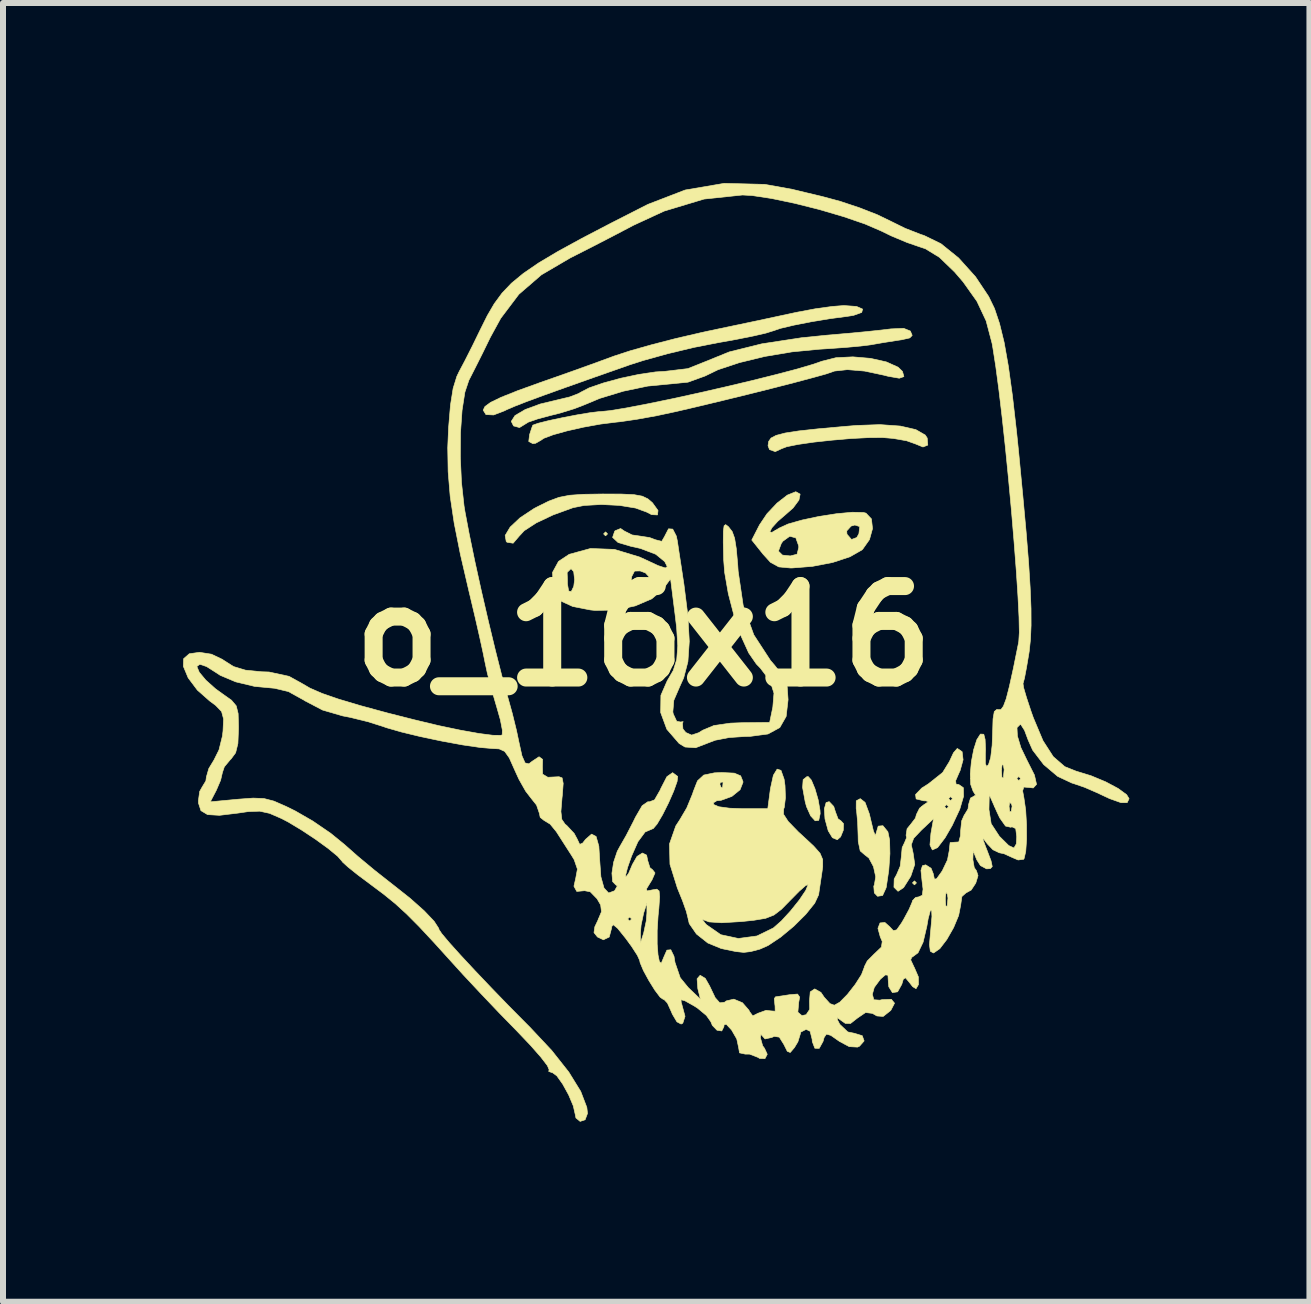
<source format=kicad_pcb>
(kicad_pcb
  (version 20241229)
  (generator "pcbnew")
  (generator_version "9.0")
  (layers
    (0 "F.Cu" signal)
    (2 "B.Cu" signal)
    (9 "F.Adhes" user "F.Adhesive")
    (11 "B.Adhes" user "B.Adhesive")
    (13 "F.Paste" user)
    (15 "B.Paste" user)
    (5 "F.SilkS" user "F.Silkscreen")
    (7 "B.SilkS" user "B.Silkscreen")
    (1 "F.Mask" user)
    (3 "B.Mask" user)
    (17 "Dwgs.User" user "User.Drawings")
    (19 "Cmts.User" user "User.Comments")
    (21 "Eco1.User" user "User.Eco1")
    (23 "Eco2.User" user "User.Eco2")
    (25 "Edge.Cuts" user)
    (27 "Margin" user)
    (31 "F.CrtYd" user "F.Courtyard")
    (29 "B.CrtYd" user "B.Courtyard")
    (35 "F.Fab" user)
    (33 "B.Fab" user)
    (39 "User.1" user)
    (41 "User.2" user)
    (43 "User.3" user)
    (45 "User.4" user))
  (footprint "o_16x16"
    (layer "F.Cu")
    (at 7.675 7.55)
    (property "Reference" "o_16x16" (at 0 0 0) (layer "F.SilkS") (effects (font (size 1.524 1.524) (thickness 0.3))))
    (attr through_hole)
    (fp_poly (pts (xy -0.602 -1.704) (xy -0.635 -1.671) (xy -0.668 -1.704) (xy -0.635 -1.738) (xy -0.602 -1.704)) (stroke (width 0.01) (type solid)) (fill yes) (layer "F.SilkS"))
    (fp_poly (pts (xy 4.545 4.111) (xy 4.512 4.144) (xy 4.478 4.111) (xy 4.512 4.077) (xy 4.545 4.111)) (stroke (width 0.01) (type solid)) (fill yes) (layer "F.SilkS"))
    (fp_poly (pts (xy 2.794 2.398) (xy 2.854 2.542) (xy 2.907 2.725) (xy 2.938 2.902) (xy 2.941 2.958) (xy 2.917 3.069) (xy 2.857 3.076) (xy 2.782 2.994) (xy 2.713 2.84) (xy 2.691 2.758) (xy 2.648 2.522) (xy 2.657 2.39) (xy 2.719 2.341) (xy 2.741 2.339) (xy 2.794 2.398)) (stroke (width 0.01) (type solid)) (fill yes) (layer "F.SilkS"))
    (fp_poly (pts (xy 3.167 2.838) (xy 3.196 2.93) (xy 3.239 3.044) (xy 3.285 3.075) (xy 3.33 3.124) (xy 3.326 3.234) (xy 3.281 3.344) (xy 3.226 3.392) (xy 3.145 3.358) (xy 3.075 3.243) (xy 3.021 3.046) (xy 3.01 2.877) (xy 3.04 2.772) (xy 3.091 2.757) (xy 3.167 2.838)) (stroke (width 0.01) (type solid)) (fill yes) (layer "F.SilkS"))
    (fp_poly (pts (xy 4.276 -3.501) (xy 4.534 -3.442) (xy 4.692 -3.351) (xy 4.724 -3.302) (xy 4.734 -3.184) (xy 4.654 -3.152) (xy 4.527 -3.204) (xy 4.381 -3.256) (xy 4.159 -3.295) (xy 3.979 -3.31) (xy 3.742 -3.308) (xy 3.451 -3.293) (xy 3.139 -3.266) (xy 2.835 -3.233) (xy 2.573 -3.195) (xy 2.384 -3.157) (xy 2.3 -3.125) (xy 2.192 -3.075) (xy 2.097 -3.109) (xy 2.072 -3.173) (xy 2.082 -3.244) (xy 2.122 -3.301) (xy 2.208 -3.346) (xy 2.357 -3.385) (xy 2.584 -3.42) (xy 2.907 -3.455) (xy 3.34 -3.494) (xy 3.543 -3.511) (xy 3.938 -3.525) (xy 4.276 -3.501)) (stroke (width 0.01) (type solid)) (fill yes) (layer "F.SilkS"))
    (fp_poly (pts (xy -0.372 -2.368) (xy -0.161 -2.358) (xy -0.024 -2.333) (xy 0.07 -2.288) (xy 0.145 -2.224) (xy 0.239 -2.094) (xy 0.23 -2.02) (xy 0.132 -2.025) (xy 0.051 -2.067) (xy -0.135 -2.135) (xy -0.404 -2.179) (xy -0.706 -2.194) (xy -0.992 -2.178) (xy -1.177 -2.141) (xy -1.51 -2.02) (xy -1.791 -1.887) (xy -1.991 -1.757) (xy -2.076 -1.665) (xy -2.175 -1.549) (xy -2.276 -1.565) (xy -2.29 -1.577) (xy -2.308 -1.678) (xy -2.225 -1.817) (xy -2.059 -1.973) (xy -1.828 -2.126) (xy -1.777 -2.153) (xy -1.579 -2.251) (xy -1.412 -2.313) (xy -1.234 -2.348) (xy -1.005 -2.364) (xy -0.687 -2.369) (xy -0.372 -2.368)) (stroke (width 0.01) (type solid)) (fill yes) (layer "F.SilkS"))
    (fp_poly (pts (xy 3.689 2.77) (xy 3.76 2.961) (xy 3.787 3.075) (xy 3.828 3.245) (xy 3.859 3.32) (xy 3.87 3.292) (xy 3.908 3.165) (xy 3.986 3.158) (xy 4.069 3.259) (xy 4.098 3.397) (xy 4.103 3.624) (xy 4.084 3.898) (xy 4.043 4.176) (xy 4.039 4.194) (xy 3.981 4.321) (xy 3.897 4.334) (xy 3.843 4.278) (xy 3.834 4.165) (xy 3.844 4.143) (xy 3.866 4.009) (xy 3.829 3.84) (xy 3.752 3.696) (xy 3.687 3.646) (xy 3.608 3.578) (xy 3.575 3.421) (xy 3.573 3.326) (xy 3.565 3.102) (xy 3.547 2.907) (xy 3.541 2.874) (xy 3.542 2.743) (xy 3.609 2.707) (xy 3.689 2.77)) (stroke (width 0.01) (type solid)) (fill yes) (layer "F.SilkS"))
    (fp_poly (pts (xy 3.547 -5.494) (xy 3.648 -5.45) (xy 3.633 -5.394) (xy 3.496 -5.345) (xy 3.395 -5.329) (xy 3.101 -5.29) (xy 2.793 -5.239) (xy 2.507 -5.183) (xy 2.279 -5.129) (xy 2.147 -5.084) (xy 2.145 -5.084) (xy 2.04 -5.051) (xy 1.833 -5.003) (xy 1.554 -4.947) (xy 1.237 -4.89) (xy 0.835 -4.811) (xy 0.397 -4.706) (xy -0.013 -4.592) (xy -0.234 -4.521) (xy -0.826 -4.313) (xy -1.303 -4.144) (xy -1.676 -4.01) (xy -1.955 -3.907) (xy -2.152 -3.83) (xy -2.278 -3.776) (xy -2.318 -3.756) (xy -2.5 -3.686) (xy -2.628 -3.692) (xy -2.674 -3.766) (xy -2.645 -3.826) (xy -2.551 -3.895) (xy -2.376 -3.98) (xy -2.106 -4.088) (xy -1.727 -4.225) (xy -1.604 -4.268) (xy -1.255 -4.391) (xy -0.867 -4.53) (xy -0.52 -4.657) (xy -0.493 -4.667) (xy -0.227 -4.754) (xy 0.13 -4.855) (xy 0.536 -4.96) (xy 0.95 -5.056) (xy 1.077 -5.084) (xy 1.477 -5.168) (xy 1.872 -5.251) (xy 2.226 -5.327) (xy 2.5 -5.386) (xy 2.573 -5.401) (xy 2.86 -5.455) (xy 3.142 -5.494) (xy 3.336 -5.509) (xy 3.547 -5.494)) (stroke (width 0.01) (type solid)) (fill yes) (layer "F.SilkS"))
    (fp_poly (pts (xy 3.779 -4.629) (xy 4.043 -4.57) (xy 4.239 -4.482) (xy 4.312 -4.411) (xy 4.336 -4.325) (xy 4.259 -4.298) (xy 4.071 -4.331) (xy 4.001 -4.349) (xy 3.682 -4.417) (xy 3.395 -4.441) (xy 3.181 -4.418) (xy 3.136 -4.402) (xy 3.032 -4.367) (xy 2.819 -4.308) (xy 2.519 -4.228) (xy 2.153 -4.134) (xy 1.742 -4.031) (xy 1.309 -3.925) (xy 0.875 -3.821) (xy 0.541 -3.743) (xy 0.214 -3.673) (xy -0.113 -3.614) (xy -0.385 -3.574) (xy -0.462 -3.566) (xy -0.718 -3.534) (xy -1.001 -3.483) (xy -1.275 -3.421) (xy -1.508 -3.356) (xy -1.665 -3.297) (xy -1.711 -3.265) (xy -1.801 -3.214) (xy -1.847 -3.208) (xy -1.915 -3.244) (xy -1.901 -3.359) (xy -1.862 -3.478) (xy -1.847 -3.516) (xy -1.76 -3.547) (xy -1.581 -3.592) (xy -1.35 -3.641) (xy -1.106 -3.688) (xy -0.89 -3.724) (xy -0.74 -3.742) (xy -0.722 -3.742) (xy -0.56 -3.758) (xy -0.293 -3.802) (xy 0.056 -3.869) (xy 0.465 -3.953) (xy 0.908 -4.05) (xy 1.363 -4.154) (xy 1.806 -4.259) (xy 2.214 -4.361) (xy 2.563 -4.453) (xy 2.83 -4.532) (xy 2.97 -4.581) (xy 3.204 -4.64) (xy 3.486 -4.654) (xy 3.779 -4.629)) (stroke (width 0.01) (type solid)) (fill yes) (layer "F.SilkS"))
    (fp_poly (pts (xy 4.442 -5.085) (xy 4.444 -5.082) (xy 4.474 -5.012) (xy 4.434 -4.97) (xy 4.299 -4.939) (xy 4.211 -4.926) (xy 3.983 -4.89) (xy 3.777 -4.854) (xy 3.622 -4.835) (xy 3.376 -4.812) (xy 3.08 -4.791) (xy 2.923 -4.781) (xy 2.47 -4.737) (xy 2.013 -4.66) (xy 1.591 -4.557) (xy 1.237 -4.439) (xy 1.025 -4.336) (xy 0.738 -4.232) (xy 0.423 -4.201) (xy 0.068 -4.167) (xy -0.338 -4.082) (xy -0.73 -3.963) (xy -0.984 -3.857) (xy -1.154 -3.791) (xy -1.391 -3.718) (xy -1.557 -3.676) (xy -1.77 -3.619) (xy -1.925 -3.565) (xy -1.979 -3.531) (xy -2.069 -3.476) (xy -2.168 -3.503) (xy -2.206 -3.579) (xy -2.144 -3.676) (xy -1.974 -3.776) (xy -1.722 -3.869) (xy -1.433 -3.938) (xy -1.233 -3.986) (xy -1.084 -4.043) (xy -1.053 -4.062) (xy -0.909 -4.137) (xy -0.671 -4.219) (xy -0.381 -4.298) (xy -0.079 -4.362) (xy 0.197 -4.403) (xy 0.348 -4.412) (xy 0.736 -4.458) (xy 1.009 -4.567) (xy 1.425 -4.736) (xy 1.968 -4.871) (xy 2.634 -4.973) (xy 3.041 -5.014) (xy 3.385 -5.044) (xy 3.708 -5.074) (xy 3.97 -5.102) (xy 4.12 -5.12) (xy 4.333 -5.129) (xy 4.442 -5.085)) (stroke (width 0.01) (type solid)) (fill yes) (layer "F.SilkS"))
    (fp_poly (pts (xy 2.607 -2.367) (xy 2.587 -2.268) (xy 2.49 -2.137) (xy 2.379 -2.039) (xy 2.233 -1.913) (xy 2.137 -1.807) (xy 2.101 -1.739) (xy 2.136 -1.729) (xy 2.179 -1.754) (xy 3.383 -1.754) (xy 3.387 -1.699) (xy 3.463 -1.611) (xy 3.551 -1.644) (xy 3.586 -1.707) (xy 3.6 -1.826) (xy 3.518 -1.852) (xy 3.456 -1.834) (xy 3.383 -1.754) (xy 2.179 -1.754) (xy 2.251 -1.796) (xy 2.258 -1.801) (xy 2.406 -1.869) (xy 2.642 -1.936) (xy 2.926 -1.996) (xy 3.217 -2.041) (xy 3.476 -2.065) (xy 3.661 -2.061) (xy 3.704 -2.05) (xy 3.795 -1.954) (xy 3.813 -1.792) (xy 3.762 -1.609) (xy 3.649 -1.449) (xy 3.635 -1.436) (xy 3.437 -1.323) (xy 3.148 -1.228) (xy 2.81 -1.163) (xy 2.465 -1.136) (xy 2.445 -1.136) (xy 2.252 -1.154) (xy 2.113 -1.23) (xy 1.987 -1.369) (xy 1.949 -1.417) (xy 2.245 -1.417) (xy 2.312 -1.351) (xy 2.444 -1.337) (xy 2.556 -1.366) (xy 2.584 -1.479) (xy 2.583 -1.504) (xy 2.535 -1.638) (xy 2.434 -1.665) (xy 2.319 -1.582) (xy 2.293 -1.545) (xy 2.245 -1.417) (xy 1.949 -1.417) (xy 1.801 -1.602) (xy 1.93 -1.854) (xy 2.055 -2.04) (xy 2.222 -2.217) (xy 2.393 -2.35) (xy 2.531 -2.406) (xy 2.537 -2.406) (xy 2.607 -2.367)) (stroke (width 0.01) (type solid)) (fill yes) (layer "F.SilkS"))
    (fp_poly (pts (xy 5.306 1.925) (xy 5.322 2.06) (xy 5.273 2.238) (xy 5.258 2.27) (xy 5.198 2.408) (xy 5.205 2.465) (xy 5.252 2.473) (xy 5.327 2.525) (xy 5.33 2.668) (xy 5.267 2.883) (xy 5.141 3.153) (xy 5.022 3.359) (xy 4.897 3.523) (xy 4.81 3.562) (xy 4.77 3.479) (xy 4.786 3.287) (xy 4.83 3.041) (xy 4.627 3.232) (xy 4.499 3.367) (xy 4.459 3.475) (xy 4.488 3.608) (xy 4.489 3.611) (xy 4.517 3.803) (xy 4.45 4.001) (xy 4.331 4.189) (xy 4.238 4.251) (xy 4.171 4.184) (xy 4.17 4.181) (xy 4.174 4.046) (xy 4.214 3.974) (xy 4.274 3.834) (xy 4.293 3.675) (xy 4.307 3.522) (xy 4.346 3.441) (xy 4.381 3.357) (xy 4.372 3.317) (xy 4.389 3.208) (xy 4.442 3.144) (xy 4.528 3.032) (xy 4.545 2.97) (xy 4.597 2.866) (xy 4.628 2.841) (xy 5.013 2.841) (xy 5.047 2.874) (xy 5.08 2.841) (xy 5.047 2.807) (xy 5.013 2.841) (xy 4.628 2.841) (xy 4.662 2.813) (xy 4.742 2.759) (xy 4.704 2.744) (xy 4.666 2.743) (xy 4.54 2.712) (xy 4.539 2.707) (xy 5.08 2.707) (xy 5.113 2.741) (xy 5.147 2.707) (xy 5.113 2.674) (xy 5.08 2.707) (xy 4.539 2.707) (xy 4.53 2.638) (xy 4.633 2.531) (xy 4.745 2.46) (xy 4.982 2.271) (xy 5.094 2.089) (xy 5.162 1.943) (xy 5.223 1.873) (xy 5.229 1.872) (xy 5.306 1.925)) (stroke (width 0.01) (type solid)) (fill yes) (layer "F.SilkS"))
    (fp_poly (pts (xy 2.288 2.236) (xy 2.34 2.383) (xy 2.355 2.49) (xy 2.362 2.693) (xy 2.343 2.852) (xy 2.332 2.882) (xy 2.33 2.967) (xy 2.408 3.087) (xy 2.578 3.262) (xy 2.645 3.323) (xy 2.832 3.497) (xy 2.939 3.618) (xy 2.983 3.722) (xy 2.983 3.844) (xy 2.968 3.951) (xy 2.939 4.144) (xy 2.919 4.28) (xy 2.916 4.307) (xy 2.85 4.449) (xy 2.701 4.634) (xy 2.502 4.832) (xy 2.282 5.015) (xy 2.073 5.154) (xy 1.938 5.214) (xy 1.784 5.255) (xy 1.668 5.269) (xy 1.537 5.255) (xy 1.338 5.214) (xy 1.289 5.203) (xy 1.068 5.112) (xy 0.879 4.962) (xy 0.759 4.788) (xy 0.743 4.717) (xy 0.973 4.717) (xy 1.026 4.786) (xy 1.045 4.807) (xy 1.285 4.974) (xy 1.578 5.037) (xy 1.888 4.995) (xy 2.162 4.861) (xy 2.295 4.744) (xy 2.448 4.577) (xy 2.593 4.396) (xy 2.7 4.237) (xy 2.741 4.138) (xy 2.699 4.155) (xy 2.592 4.249) (xy 2.448 4.395) (xy 2.295 4.551) (xy 2.171 4.646) (xy 2.032 4.701) (xy 1.834 4.734) (xy 1.631 4.755) (xy 1.3 4.775) (xy 1.089 4.761) (xy 1.005 4.729) (xy 0.973 4.717) (xy 0.743 4.717) (xy 0.735 4.683) (xy 0.711 4.587) (xy 0.647 4.407) (xy 0.561 4.195) (xy 0.438 3.801) (xy 0.43 3.462) (xy 0.535 3.162) (xy 0.602 3.059) (xy 0.718 2.862) (xy 0.814 2.629) (xy 0.826 2.591) (xy 0.872 2.473) (xy 1.27 2.473) (xy 1.294 2.528) (xy 1.315 2.518) (xy 1.323 2.438) (xy 1.315 2.429) (xy 1.275 2.438) (xy 1.27 2.473) (xy 0.872 2.473) (xy 0.897 2.41) (xy 1.001 2.314) (xy 1.179 2.277) (xy 1.303 2.272) (xy 1.51 2.282) (xy 1.616 2.327) (xy 1.654 2.422) (xy 1.655 2.434) (xy 1.606 2.559) (xy 1.469 2.67) (xy 1.289 2.735) (xy 1.219 2.741) (xy 1.161 2.777) (xy 1.17 2.807) (xy 1.253 2.842) (xy 1.43 2.866) (xy 1.639 2.874) (xy 2.068 2.874) (xy 2.112 2.54) (xy 2.161 2.317) (xy 2.224 2.215) (xy 2.288 2.236)) (stroke (width 0.01) (type solid)) (fill yes) (layer "F.SilkS"))
    (fp_poly (pts (xy 1.41 -1.826) (xy 1.416 -1.819) (xy 1.475 -1.743) (xy 1.515 -1.633) (xy 1.543 -1.459) (xy 1.567 -1.191) (xy 1.574 -1.083) (xy 1.658 -0.512) (xy 1.835 -0.022) (xy 2.113 0.405) (xy 2.182 0.485) (xy 2.325 0.669) (xy 2.391 0.841) (xy 2.406 1.058) (xy 2.374 1.337) (xy 2.268 1.523) (xy 2.071 1.63) (xy 1.77 1.67) (xy 1.691 1.671) (xy 1.423 1.689) (xy 1.191 1.734) (xy 1.094 1.771) (xy 0.865 1.859) (xy 0.689 1.847) (xy 0.591 1.788) (xy 0.386 1.551) (xy 0.283 1.272) (xy 0.287 0.985) (xy 0.391 0.746) (xy 0.493 0.571) (xy 0.551 0.388) (xy 0.568 0.161) (xy 0.549 -0.143) (xy 0.523 -0.361) (xy 0.448 -0.956) (xy 0.319 -0.779) (xy 0.134 -0.622) (xy -0.142 -0.504) (xy -0.47 -0.435) (xy -0.81 -0.429) (xy -0.887 -0.437) (xy -1.18 -0.494) (xy -1.367 -0.579) (xy -1.472 -0.707) (xy -1.507 -0.815) (xy -1.518 -1.051) (xy -1.275 -1.051) (xy -1.271 -0.95) (xy -1.27 -0.869) (xy -1.25 -0.752) (xy -1.206 -0.744) (xy -1.199 -0.759) (xy -0.218 -0.759) (xy -0.176 -0.712) (xy -0.121 -0.719) (xy 0.023 -0.795) (xy 0.07 -0.84) (xy 0.114 -0.961) (xy 0.03 -1.054) (xy -0.059 -1.087) (xy -0.152 -1.085) (xy -0.199 -0.994) (xy -0.213 -0.905) (xy -0.218 -0.759) (xy -1.199 -0.759) (xy -1.165 -0.83) (xy -1.151 -0.94) (xy -1.166 -1.075) (xy -1.209 -1.123) (xy -1.213 -1.122) (xy -1.274 -1.064) (xy -1.275 -1.051) (xy -1.518 -1.051) (xy -1.518 -1.064) (xy -1.419 -1.246) (xy -1.241 -1.364) (xy -0.886 -1.461) (xy -0.487 -1.446) (xy -0.069 -1.319) (xy 0.017 -1.28) (xy 0.24 -1.176) (xy 0.361 -1.136) (xy 0.393 -1.159) (xy 0.351 -1.242) (xy 0.35 -1.243) (xy 0.201 -1.365) (xy -0.054 -1.462) (xy -0.215 -1.498) (xy -0.426 -1.56) (xy -0.518 -1.646) (xy -0.483 -1.749) (xy -0.475 -1.757) (xy -0.384 -1.794) (xy -0.321 -1.751) (xy -0.194 -1.687) (xy -0.083 -1.671) (xy 0.099 -1.643) (xy 0.198 -1.606) (xy 0.301 -1.58) (xy 0.353 -1.669) (xy 0.354 -1.673) (xy 0.414 -1.789) (xy 0.484 -1.784) (xy 0.544 -1.668) (xy 0.561 -1.587) (xy 0.587 -1.413) (xy 0.626 -1.159) (xy 0.668 -0.88) (xy 0.67 -0.869) (xy 0.737 -0.337) (xy 0.76 0.087) (xy 0.737 0.425) (xy 0.667 0.694) (xy 0.609 0.822) (xy 0.502 1.069) (xy 0.486 1.262) (xy 0.493 1.296) (xy 0.55 1.418) (xy 0.614 1.43) (xy 0.658 1.424) (xy 0.646 1.453) (xy 0.654 1.546) (xy 0.702 1.605) (xy 0.798 1.648) (xy 0.918 1.608) (xy 0.984 1.567) (xy 1.172 1.488) (xy 1.447 1.449) (xy 1.633 1.442) (xy 2.099 1.437) (xy 2.152 1.182) (xy 2.171 0.95) (xy 2.106 0.746) (xy 1.944 0.532) (xy 1.877 0.463) (xy 1.75 0.279) (xy 1.622 -0.003) (xy 1.505 -0.344) (xy 1.41 -0.71) (xy 1.349 -1.063) (xy 1.333 -1.27) (xy 1.326 -1.566) (xy 1.328 -1.75) (xy 1.34 -1.84) (xy 1.366 -1.859) (xy 1.41 -1.826)) (stroke (width 0.01) (type solid)) (fill yes) (layer "F.SilkS"))
    (fp_poly (pts (xy 2.018 -7.528) (xy 2.473 -7.446) (xy 2.705 -7.39) (xy 2.886 -7.347) (xy 2.974 -7.326) (xy 3.272 -7.246) (xy 3.596 -7.138) (xy 3.893 -7.022) (xy 4.11 -6.917) (xy 4.355 -6.796) (xy 4.619 -6.693) (xy 4.67 -6.677) (xy 4.952 -6.54) (xy 5.247 -6.302) (xy 5.528 -5.99) (xy 5.748 -5.66) (xy 5.845 -5.46) (xy 5.929 -5.21) (xy 6.006 -4.895) (xy 6.076 -4.5) (xy 6.144 -4.009) (xy 6.213 -3.407) (xy 6.247 -3.075) (xy 6.317 -2.343) (xy 6.373 -1.73) (xy 6.414 -1.221) (xy 6.44 -0.803) (xy 6.454 -0.46) (xy 6.455 -0.18) (xy 6.445 0.052) (xy 6.424 0.251) (xy 6.419 0.284) (xy 6.379 0.521) (xy 6.345 0.7) (xy 6.322 0.785) (xy 6.32 0.787) (xy 6.33 0.857) (xy 6.378 1.021) (xy 6.454 1.251) (xy 6.492 1.358) (xy 6.653 1.741) (xy 6.824 2.007) (xy 7.017 2.174) (xy 7.205 2.249) (xy 7.453 2.325) (xy 7.698 2.427) (xy 7.906 2.538) (xy 8.047 2.641) (xy 8.088 2.708) (xy 8.056 2.774) (xy 7.953 2.774) (xy 7.762 2.706) (xy 7.553 2.608) (xy 7.346 2.518) (xy 7.153 2.452) (xy 7.137 2.448) (xy 6.898 2.336) (xy 6.665 2.139) (xy 6.481 1.898) (xy 6.407 1.732) (xy 6.346 1.569) (xy 6.287 1.477) (xy 6.273 1.471) (xy 6.22 1.524) (xy 6.227 1.663) (xy 6.285 1.856) (xy 6.384 2.062) (xy 6.511 2.314) (xy 6.546 2.469) (xy 6.491 2.529) (xy 6.42 2.521) (xy 6.334 2.514) (xy 6.314 2.577) (xy 6.336 2.697) (xy 6.365 2.898) (xy 6.379 3.141) (xy 6.38 3.384) (xy 6.366 3.587) (xy 6.338 3.707) (xy 6.33 3.718) (xy 6.239 3.729) (xy 6.147 3.69) (xy 6.004 3.625) (xy 5.925 3.609) (xy 5.82 3.559) (xy 5.725 3.459) (xy 5.662 3.375) (xy 5.652 3.384) (xy 5.695 3.501) (xy 5.717 3.557) (xy 5.788 3.744) (xy 5.808 3.839) (xy 5.776 3.873) (xy 5.713 3.877) (xy 5.611 3.822) (xy 5.55 3.726) (xy 5.49 3.576) (xy 5.485 3.723) (xy 5.508 3.856) (xy 5.545 3.909) (xy 5.571 3.99) (xy 5.533 4.115) (xy 5.457 4.23) (xy 5.37 4.278) (xy 5.302 4.338) (xy 5.281 4.486) (xy 5.248 4.654) (xy 5.164 4.856) (xy 5.051 5.054) (xy 4.934 5.207) (xy 4.833 5.277) (xy 4.825 5.278) (xy 4.776 5.249) (xy 4.762 5.141) (xy 4.779 4.93) (xy 4.783 4.896) (xy 4.803 4.672) (xy 4.798 4.563) (xy 4.776 4.573) (xy 4.74 4.708) (xy 4.718 4.835) (xy 4.656 5.098) (xy 4.571 5.276) (xy 4.475 5.347) (xy 4.468 5.347) (xy 4.449 5.394) (xy 4.504 5.511) (xy 4.509 5.52) (xy 4.577 5.677) (xy 4.579 5.804) (xy 4.538 5.874) (xy 4.482 5.84) (xy 4.438 5.783) (xy 4.363 5.692) (xy 4.326 5.715) (xy 4.301 5.8) (xy 4.231 5.926) (xy 4.144 5.939) (xy 4.084 5.842) (xy 4.077 5.771) (xy 4.07 5.649) (xy 4.027 5.644) (xy 3.944 5.715) (xy 3.842 5.853) (xy 3.81 5.967) (xy 3.835 6.058) (xy 3.935 6.065) (xy 3.973 6.056) (xy 4.126 6.05) (xy 4.18 6.115) (xy 4.12 6.231) (xy 4.107 6.244) (xy 3.991 6.336) (xy 3.886 6.328) (xy 3.811 6.285) (xy 3.697 6.271) (xy 3.562 6.363) (xy 3.446 6.454) (xy 3.36 6.452) (xy 3.3 6.41) (xy 3.224 6.354) (xy 3.228 6.391) (xy 3.267 6.467) (xy 3.401 6.594) (xy 3.512 6.617) (xy 3.642 6.657) (xy 3.673 6.744) (xy 3.596 6.832) (xy 3.563 6.847) (xy 3.425 6.839) (xy 3.265 6.754) (xy 3.119 6.652) (xy 3.045 6.63) (xy 3.006 6.688) (xy 2.989 6.751) (xy 2.925 6.868) (xy 2.852 6.866) (xy 2.809 6.754) (xy 2.807 6.718) (xy 2.773 6.583) (xy 2.707 6.551) (xy 2.618 6.597) (xy 2.607 6.638) (xy 2.57 6.758) (xy 2.512 6.855) (xy 2.442 6.937) (xy 2.393 6.917) (xy 2.336 6.803) (xy 2.26 6.681) (xy 2.175 6.668) (xy 2.135 6.686) (xy 2.022 6.711) (xy 1.983 6.667) (xy 1.953 6.635) (xy 1.944 6.688) (xy 1.983 6.826) (xy 2.013 6.866) (xy 2.059 6.966) (xy 2.021 7.039) (xy 1.932 7.036) (xy 1.904 7.018) (xy 1.764 6.964) (xy 1.693 6.964) (xy 1.597 6.943) (xy 1.582 6.855) (xy 1.551 6.711) (xy 1.465 6.562) (xy 1.375 6.465) (xy 1.339 6.478) (xy 1.337 6.506) (xy 1.301 6.578) (xy 1.222 6.566) (xy 1.144 6.485) (xy 1.119 6.424) (xy 1.045 6.32) (xy 0.898 6.198) (xy 0.837 6.159) (xy 0.685 6.074) (xy 0.622 6.058) (xy 0.626 6.108) (xy 0.634 6.13) (xy 0.689 6.334) (xy 0.652 6.448) (xy 0.624 6.463) (xy 0.554 6.426) (xy 0.478 6.298) (xy 0.461 6.257) (xy 0.396 6.114) (xy 0.338 6.052) (xy 0.328 6.053) (xy 0.275 6.016) (xy 0.186 5.898) (xy 0.086 5.737) (xy -0.004 5.572) (xy -0.059 5.441) (xy -0.067 5.402) (xy -0.105 5.318) (xy -0.202 5.168) (xy -0.301 5.033) (xy -0.371 4.946) (xy -0.054 4.946) (xy -0.054 5.113) (xy 0 4.946) (xy 0.043 4.745) (xy 0.054 4.612) (xy 0.054 4.445) (xy 0 4.612) (xy -0.043 4.813) (xy -0.054 4.946) (xy -0.371 4.946) (xy -0.433 4.869) (xy -0.506 4.808) (xy -0.533 4.839) (xy -0.535 4.866) (xy -0.574 5.013) (xy -0.671 5.059) (xy -0.77 5.012) (xy -0.828 4.939) (xy -0.814 4.842) (xy -0.765 4.739) (xy -0.754 4.712) (xy -0.267 4.712) (xy -0.234 4.746) (xy -0.201 4.712) (xy -0.234 4.679) (xy -0.267 4.712) (xy -0.754 4.712) (xy -0.703 4.591) (xy -0.717 4.478) (xy -0.777 4.375) (xy -0.89 4.259) (xy -0.985 4.241) (xy -1.115 4.253) (xy -1.162 4.166) (xy -1.132 4.033) (xy -1.104 3.881) (xy -1.158 3.724) (xy -1.202 3.652) (xy -1.331 3.451) (xy -1.453 3.261) (xy -1.454 3.259) (xy -1.558 3.132) (xy -1.651 3.075) (xy -1.654 3.075) (xy -1.724 3.019) (xy -1.738 2.951) (xy -1.785 2.814) (xy -1.868 2.71) (xy -1.966 2.583) (xy -2.079 2.383) (xy -2.148 2.232) (xy -2.239 2.028) (xy -2.316 1.92) (xy -2.408 1.878) (xy -2.517 1.872) (xy -2.721 1.855) (xy -3.015 1.812) (xy -3.359 1.749) (xy -3.712 1.675) (xy -4.035 1.597) (xy -4.289 1.524) (xy -4.345 1.504) (xy -4.596 1.425) (xy -4.888 1.353) (xy -5.013 1.329) (xy -5.35 1.231) (xy -5.65 1.074) (xy -5.659 1.067) (xy -5.919 0.923) (xy -6.154 0.867) (xy -6.16 0.867) (xy -6.481 0.837) (xy -6.798 0.761) (xy -7.056 0.652) (xy -7.137 0.599) (xy -7.283 0.506) (xy -7.397 0.468) (xy -7.445 0.505) (xy -7.405 0.601) (xy -7.295 0.733) (xy -7.134 0.877) (xy -7.015 0.963) (xy -6.868 1.067) (xy -6.789 1.161) (xy -6.757 1.29) (xy -6.751 1.502) (xy -6.751 1.539) (xy -6.761 1.788) (xy -6.799 1.943) (xy -6.875 2.046) (xy -6.885 2.054) (xy -6.987 2.177) (xy -7.019 2.271) (xy -7.049 2.4) (xy -7.12 2.566) (xy -7.12 2.566) (xy -7.221 2.76) (xy -6.751 2.716) (xy -6.507 2.698) (xy -6.327 2.705) (xy -6.161 2.748) (xy -5.956 2.838) (xy -5.804 2.913) (xy -5.514 3.08) (xy -5.217 3.283) (xy -4.986 3.471) (xy -4.761 3.67) (xy -4.483 3.901) (xy -4.209 4.117) (xy -4.178 4.141) (xy -3.891 4.368) (xy -3.656 4.577) (xy -3.491 4.751) (xy -3.414 4.87) (xy -3.411 4.887) (xy -3.365 4.956) (xy -3.24 5.105) (xy -3.051 5.315) (xy -2.812 5.572) (xy -2.54 5.858) (xy -2.25 6.158) (xy -1.956 6.455) (xy -1.897 6.514) (xy -1.533 6.902) (xy -1.247 7.264) (xy -1.049 7.585) (xy -0.947 7.852) (xy -0.936 7.952) (xy -0.976 8.058) (xy -1.059 8.085) (xy -1.129 8.027) (xy -1.14 7.971) (xy -1.173 7.826) (xy -1.25 7.644) (xy -1.349 7.464) (xy -1.447 7.326) (xy -1.524 7.27) (xy -1.53 7.271) (xy -1.583 7.252) (xy -1.575 7.225) (xy -1.604 7.156) (xy -1.712 7.015) (xy -1.883 6.82) (xy -2.1 6.592) (xy -2.121 6.57) (xy -2.409 6.275) (xy -2.719 5.949) (xy -3.009 5.639) (xy -3.175 5.456) (xy -3.49 5.108) (xy -3.74 4.84) (xy -3.948 4.631) (xy -4.137 4.458) (xy -4.33 4.301) (xy -4.548 4.138) (xy -4.557 4.131) (xy -4.766 3.975) (xy -4.928 3.845) (xy -5.017 3.764) (xy -5.025 3.752) (xy -5.099 3.667) (xy -5.257 3.537) (xy -5.468 3.384) (xy -5.699 3.231) (xy -5.92 3.098) (xy -6.033 3.039) (xy -6.233 2.952) (xy -6.398 2.916) (xy -6.59 2.923) (xy -6.761 2.948) (xy -7.068 2.985) (xy -7.267 2.973) (xy -7.377 2.907) (xy -7.418 2.781) (xy -7.419 2.74) (xy -7.398 2.587) (xy -7.353 2.507) (xy -7.295 2.412) (xy -7.286 2.345) (xy -7.246 2.206) (xy -7.16 2.064) (xy -7.076 1.895) (xy -7.019 1.664) (xy -7.009 1.58) (xy -7 1.379) (xy -7.033 1.256) (xy -7.131 1.154) (xy -7.232 1.079) (xy -7.437 0.898) (xy -7.59 0.694) (xy -7.67 0.502) (xy -7.666 0.376) (xy -7.571 0.293) (xy -7.401 0.269) (xy -7.202 0.3) (xy -7.019 0.387) (xy -7.001 0.4) (xy -6.834 0.506) (xy -6.636 0.566) (xy -6.365 0.593) (xy -6.242 0.597) (xy -5.909 0.669) (xy -5.708 0.78) (xy -5.56 0.866) (xy -5.358 0.954) (xy -5.086 1.048) (xy -4.728 1.155) (xy -4.268 1.28) (xy -3.81 1.396) (xy -3.417 1.49) (xy -3.055 1.566) (xy -2.747 1.621) (xy -2.514 1.651) (xy -2.379 1.652) (xy -2.357 1.644) (xy -2.355 1.564) (xy -2.388 1.393) (xy -2.452 1.168) (xy -2.457 1.152) (xy -2.537 0.878) (xy -2.606 0.612) (xy -2.644 0.434) (xy -2.677 0.271) (xy -2.734 0.01) (xy -2.808 -0.314) (xy -2.892 -0.669) (xy -2.911 -0.748) (xy -3.054 -1.364) (xy -3.157 -1.882) (xy -3.224 -2.331) (xy -3.258 -2.74) (xy -3.262 -2.982) (xy -3.055 -2.982) (xy -3.036 -2.564) (xy -2.993 -2.17) (xy -2.977 -2.072) (xy -2.907 -1.702) (xy -2.814 -1.251) (xy -2.705 -0.756) (xy -2.588 -0.25) (xy -2.472 0.232) (xy -2.365 0.654) (xy -2.274 0.983) (xy -2.268 1.003) (xy -2.189 1.288) (xy -2.118 1.577) (xy -2.08 1.758) (xy -2.028 1.994) (xy -1.976 2.112) (xy -1.913 2.127) (xy -1.857 2.084) (xy -1.743 2.009) (xy -1.684 2.053) (xy -1.687 2.172) (xy -1.684 2.299) (xy -1.597 2.351) (xy -1.411 2.342) (xy -1.359 2.361) (xy -1.341 2.453) (xy -1.355 2.645) (xy -1.361 2.698) (xy -1.379 2.921) (xy -1.364 3.053) (xy -1.309 3.133) (xy -1.282 3.154) (xy -1.158 3.287) (xy -1.11 3.376) (xy -1.066 3.469) (xy -1.016 3.447) (xy -0.969 3.386) (xy -0.868 3.298) (xy -0.793 3.337) (xy -0.747 3.499) (xy -0.733 3.73) (xy -0.713 4.009) (xy -0.661 4.196) (xy -0.584 4.279) (xy -0.489 4.244) (xy -0.481 4.236) (xy -0.439 4.161) (xy -0.465 4.144) (xy -0.518 4.089) (xy -0.529 3.949) (xy -0.501 3.767) (xy -0.44 3.585) (xy -0.399 3.509) (xy -0.291 3.32) (xy -0.172 3.089) (xy -0.137 3.017) (xy -0.025 2.824) (xy 0.071 2.758) (xy 0.092 2.761) (xy 0.181 2.728) (xy 0.275 2.564) (xy 0.287 2.535) (xy 0.387 2.341) (xy 0.482 2.274) (xy 0.567 2.337) (xy 0.557 2.422) (xy 0.5 2.582) (xy 0.413 2.78) (xy 0.315 2.975) (xy 0.223 3.131) (xy 0.158 3.207) (xy 0.149 3.209) (xy 0.024 3.263) (xy -0.096 3.425) (xy -0.202 3.665) (xy -0.268 3.853) (xy -0.3 3.979) (xy -0.297 4.011) (xy -0.252 3.955) (xy -0.194 3.819) (xy -0.191 3.81) (xy -0.111 3.67) (xy -0.021 3.613) (xy 0.049 3.648) (xy 0.067 3.738) (xy 0.104 3.857) (xy 0.149 3.893) (xy 0.189 3.945) (xy 0.138 4.062) (xy 0.119 4.092) (xy 0.047 4.21) (xy 0.056 4.245) (xy 0.146 4.227) (xy 0.219 4.215) (xy 0.257 4.245) (xy 0.266 4.342) (xy 0.253 4.533) (xy 0.24 4.661) (xy 0.225 4.906) (xy 0.225 5.13) (xy 0.239 5.31) (xy 0.262 5.424) (xy 0.293 5.45) (xy 0.329 5.364) (xy 0.33 5.36) (xy 0.387 5.231) (xy 0.452 5.225) (xy 0.505 5.333) (xy 0.522 5.437) (xy 0.609 5.691) (xy 0.744 5.856) (xy 0.946 6.049) (xy 0.902 5.873) (xy 0.89 5.709) (xy 0.941 5.65) (xy 1.026 5.701) (xy 1.098 5.827) (xy 1.192 6.024) (xy 1.268 6.109) (xy 1.346 6.1) (xy 1.377 6.077) (xy 1.502 6.048) (xy 1.646 6.108) (xy 1.754 6.232) (xy 1.764 6.255) (xy 1.818 6.327) (xy 1.905 6.283) (xy 2.04 6.234) (xy 2.113 6.243) (xy 2.191 6.249) (xy 2.189 6.158) (xy 2.187 6.15) (xy 2.176 6.041) (xy 2.195 6.01) (xy 2.287 5.996) (xy 2.431 5.974) (xy 2.564 5.963) (xy 2.599 6.013) (xy 2.583 6.103) (xy 2.569 6.265) (xy 2.636 6.322) (xy 2.707 6.307) (xy 2.766 6.218) (xy 2.763 6.078) (xy 2.775 5.927) (xy 2.85 5.877) (xy 2.953 5.935) (xy 3.008 6.016) (xy 3.104 6.122) (xy 3.177 6.149) (xy 3.268 6.098) (xy 3.394 5.97) (xy 3.524 5.804) (xy 3.629 5.64) (xy 3.676 5.517) (xy 3.676 5.509) (xy 3.725 5.412) (xy 3.842 5.294) (xy 3.848 5.289) (xy 3.961 5.181) (xy 3.975 5.087) (xy 3.942 5.01) (xy 3.903 4.868) (xy 3.938 4.778) (xy 4.019 4.77) (xy 4.099 4.841) (xy 4.16 4.907) (xy 4.216 4.893) (xy 4.295 4.781) (xy 4.333 4.717) (xy 4.423 4.55) (xy 4.474 4.43) (xy 4.478 4.408) (xy 4.507 4.378) (xy 5.026 4.378) (xy 5.033 4.492) (xy 5.054 4.502) (xy 5.057 4.496) (xy 5.07 4.364) (xy 5.059 4.296) (xy 5.038 4.269) (xy 5.027 4.357) (xy 5.026 4.378) (xy 4.507 4.378) (xy 4.533 4.352) (xy 4.579 4.345) (xy 4.642 4.317) (xy 4.655 4.215) (xy 4.638 4.077) (xy 4.62 3.902) (xy 4.645 3.824) (xy 4.699 3.81) (xy 4.789 3.867) (xy 4.825 3.958) (xy 4.844 4.048) (xy 4.881 4.042) (xy 4.96 3.932) (xy 4.976 3.908) (xy 5.062 3.728) (xy 5.094 3.56) (xy 5.093 3.552) (xy 5.106 3.439) (xy 5.18 3.433) (xy 5.18 3.433) (xy 5.25 3.429) (xy 5.278 3.326) (xy 5.281 3.244) (xy 5.298 3.078) (xy 5.342 2.979) (xy 5.347 2.974) (xy 5.398 2.89) (xy 5.753 2.89) (xy 5.79 3.125) (xy 5.926 3.333) (xy 5.932 3.34) (xy 6.083 3.489) (xy 6.17 3.529) (xy 6.209 3.461) (xy 6.216 3.344) (xy 6.199 3.206) (xy 6.138 3.177) (xy 6.116 3.184) (xy 6.029 3.164) (xy 5.933 3.028) (xy 5.887 2.931) (xy 5.844 2.835) (xy 6.088 2.835) (xy 6.1 2.922) (xy 6.123 2.923) (xy 6.139 2.833) (xy 6.128 2.795) (xy 6.099 2.77) (xy 6.088 2.835) (xy 5.844 2.835) (xy 5.758 2.64) (xy 5.753 2.89) (xy 5.398 2.89) (xy 5.404 2.88) (xy 5.414 2.803) (xy 5.446 2.697) (xy 5.489 2.674) (xy 5.53 2.648) (xy 5.489 2.583) (xy 5.449 2.471) (xy 5.445 2.373) (xy 6.216 2.373) (xy 6.25 2.406) (xy 6.283 2.373) (xy 6.25 2.339) (xy 6.216 2.373) (xy 5.445 2.373) (xy 5.442 2.296) (xy 5.447 2.239) (xy 5.962 2.239) (xy 5.969 2.353) (xy 5.99 2.363) (xy 5.993 2.357) (xy 6.006 2.225) (xy 5.995 2.157) (xy 5.974 2.13) (xy 5.962 2.218) (xy 5.962 2.239) (xy 5.447 2.239) (xy 5.46 2.091) (xy 5.499 1.889) (xy 5.551 1.725) (xy 5.611 1.631) (xy 5.667 1.634) (xy 5.689 1.72) (xy 5.696 1.888) (xy 5.693 1.957) (xy 5.693 2.124) (xy 5.715 2.171) (xy 5.746 2.139) (xy 5.782 2.022) (xy 5.806 1.819) (xy 5.814 1.614) (xy 5.821 1.379) (xy 5.842 1.256) (xy 5.885 1.22) (xy 5.91 1.225) (xy 5.953 1.222) (xy 5.994 1.167) (xy 6.04 1.045) (xy 6.093 0.839) (xy 6.16 0.535) (xy 6.245 0.115) (xy 6.25 0.086) (xy 6.259 -0.06) (xy 6.254 -0.318) (xy 6.236 -0.67) (xy 6.208 -1.096) (xy 6.171 -1.576) (xy 6.128 -2.09) (xy 6.079 -2.619) (xy 6.027 -3.144) (xy 5.973 -3.644) (xy 5.919 -4.099) (xy 5.867 -4.491) (xy 5.819 -4.799) (xy 5.805 -4.879) (xy 5.706 -5.254) (xy 5.553 -5.579) (xy 5.323 -5.903) (xy 5.181 -6.068) (xy 4.927 -6.313) (xy 4.695 -6.455) (xy 4.599 -6.487) (xy 4.387 -6.56) (xy 4.127 -6.669) (xy 3.952 -6.754) (xy 3.685 -6.869) (xy 3.332 -6.99) (xy 2.931 -7.108) (xy 2.518 -7.212) (xy 2.131 -7.293) (xy 1.808 -7.342) (xy 1.647 -7.351) (xy 1.005 -7.283) (xy 0.342 -7.083) (xy -0.167 -6.848) (xy -0.489 -6.679) (xy -0.829 -6.503) (xy -1.132 -6.349) (xy -1.225 -6.302) (xy -1.704 -6.021) (xy -2.08 -5.696) (xy -2.382 -5.296) (xy -2.555 -4.98) (xy -2.685 -4.714) (xy -2.805 -4.475) (xy -2.893 -4.302) (xy -2.912 -4.266) (xy -2.979 -4.066) (xy -3.026 -3.764) (xy -3.052 -3.392) (xy -3.055 -2.982) (xy -3.262 -2.982) (xy -3.265 -3.138) (xy -3.251 -3.467) (xy -3.219 -3.851) (xy -3.175 -4.128) (xy -3.113 -4.329) (xy -3.075 -4.408) (xy -2.979 -4.589) (xy -2.853 -4.838) (xy -2.724 -5.103) (xy -2.719 -5.113) (xy -2.605 -5.342) (xy -2.49 -5.539) (xy -2.36 -5.716) (xy -2.203 -5.881) (xy -2.004 -6.045) (xy -1.752 -6.218) (xy -1.431 -6.409) (xy -1.031 -6.628) (xy -0.536 -6.886) (xy 0.065 -7.192) (xy 0.074 -7.196) (xy 0.691 -7.434) (xy 1.342 -7.545) (xy 2.018 -7.528)) (stroke (width 0.01) (type solid)) (fill yes) (layer "F.SilkS")))
  (gr_rect
    (start -3 -3)
    (end 18.768 18.64)
    (stroke (width 0.1) (type default))
    (fill no)
    (layer "Edge.Cuts")))
</source>
